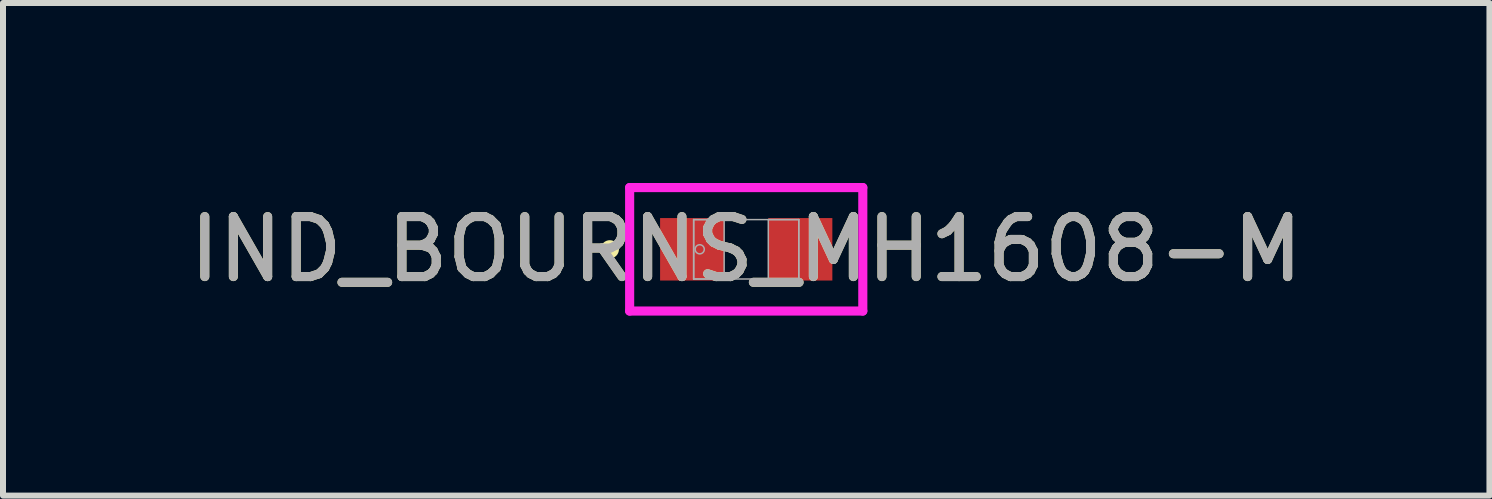
<source format=kicad_pcb>
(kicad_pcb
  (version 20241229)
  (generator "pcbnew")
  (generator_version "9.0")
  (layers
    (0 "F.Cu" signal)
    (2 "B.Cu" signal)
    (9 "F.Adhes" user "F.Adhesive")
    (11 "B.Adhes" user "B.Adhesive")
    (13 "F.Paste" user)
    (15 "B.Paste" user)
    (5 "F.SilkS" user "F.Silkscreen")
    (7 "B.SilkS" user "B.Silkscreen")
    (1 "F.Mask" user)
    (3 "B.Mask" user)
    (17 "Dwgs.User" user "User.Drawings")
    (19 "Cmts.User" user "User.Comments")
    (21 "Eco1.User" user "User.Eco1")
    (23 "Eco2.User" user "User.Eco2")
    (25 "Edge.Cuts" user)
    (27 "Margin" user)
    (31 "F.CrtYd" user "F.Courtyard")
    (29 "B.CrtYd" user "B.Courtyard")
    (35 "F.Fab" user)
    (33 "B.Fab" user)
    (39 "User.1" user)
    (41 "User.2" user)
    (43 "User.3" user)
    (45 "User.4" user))
  (footprint "IND_BOURNS_MH1608-M"
    (layer "F.Cu")
    (at 9.387 1.105)
    (property "Reference" "IND_BOURNS_MH1608-M" (at 0 0 0) (unlocked yes) (layer "F.SilkS") (effects (font (size 1 1) (thickness 0.15))))
    (attr smd)
    (fp_circle (center -2.273 0) (end -2.197 0) (stroke (width 0.152) (type solid)) (fill no) (layer "F.SilkS"))
    (fp_line (start -1.943 -1.029) (end 1.943 -1.029) (stroke (width 0.152) (type solid)) (layer "F.CrtYd"))
    (fp_line (start -1.943 1.029) (end -1.943 -1.029) (stroke (width 0.152) (type solid)) (layer "F.CrtYd"))
    (fp_line (start 1.943 -1.029) (end 1.943 1.029) (stroke (width 0.152) (type solid)) (layer "F.CrtYd"))
    (fp_line (start 1.943 1.029) (end -1.943 1.029) (stroke (width 0.152) (type solid)) (layer "F.CrtYd"))
    (fp_line (start -0.876 -0.495) (end -0.876 0.495) (stroke (width 0.025) (type solid)) (layer "F.Fab"))
    (fp_line (start -0.876 -0.495) (end -0.876 0.495) (stroke (width 0.025) (type solid)) (layer "F.Fab"))
    (fp_line (start -0.876 0.495) (end -0.368 0.495) (stroke (width 0.025) (type solid)) (layer "F.Fab"))
    (fp_line (start -0.876 0.495) (end 0.876 0.495) (stroke (width 0.025) (type solid)) (layer "F.Fab"))
    (fp_line (start -0.368 -0.495) (end -0.876 -0.495) (stroke (width 0.025) (type solid)) (layer "F.Fab"))
    (fp_line (start -0.368 0.495) (end -0.368 -0.495) (stroke (width 0.025) (type solid)) (layer "F.Fab"))
    (fp_line (start 0.368 -0.495) (end 0.368 0.495) (stroke (width 0.025) (type solid)) (layer "F.Fab"))
    (fp_line (start 0.368 0.495) (end 0.876 0.495) (stroke (width 0.025) (type solid)) (layer "F.Fab"))
    (fp_line (start 0.876 -0.495) (end -0.876 -0.495) (stroke (width 0.025) (type solid)) (layer "F.Fab"))
    (fp_line (start 0.876 -0.495) (end 0.368 -0.495) (stroke (width 0.025) (type solid)) (layer "F.Fab"))
    (fp_line (start 0.876 0.495) (end 0.876 -0.495) (stroke (width 0.025) (type solid)) (layer "F.Fab"))
    (fp_line (start 0.876 0.495) (end 0.876 -0.495) (stroke (width 0.025) (type solid)) (layer "F.Fab"))
    (fp_circle (center -0.775 0) (end -0.699 0) (stroke (width 0.025) (type solid)) (fill no) (layer "F.Fab"))
    (fp_text user "${REFERENCE}" (at 0 0 0) (unlocked yes) (layer "F.Fab") (effects (font (size 1 1) (thickness 0.15))))
    (pad "1" smd rect (at -0.902 0) (size 1.067 1.041) (layers "F.Cu" "F.Mask" "F.Paste"))
    (pad "2" smd rect (at 0.902 0) (size 1.067 1.041) (layers "F.Cu" "F.Mask" "F.Paste"))
    (zone (net_name "") (layer "F.Cu") (hatch full 0.508) (connect_pads) (min_thickness 0.254) (filled_areas_thickness no) (keepout (tracks not_allowed) (vias not_allowed) (pads allowed) (copperpour not_allowed) (footprints allowed)) (placement (enabled no)) (fill) (polygon (pts (xy 9.069 0.66) (xy 9.704 0.66) (xy 9.704 1.549) (xy 9.069 1.549)))))
  (gr_rect
    (start -3 -3)
    (end 21.774 5.21)
    (stroke (width 0.1) (type default))
    (fill no)
    (layer "Edge.Cuts")))
</source>
